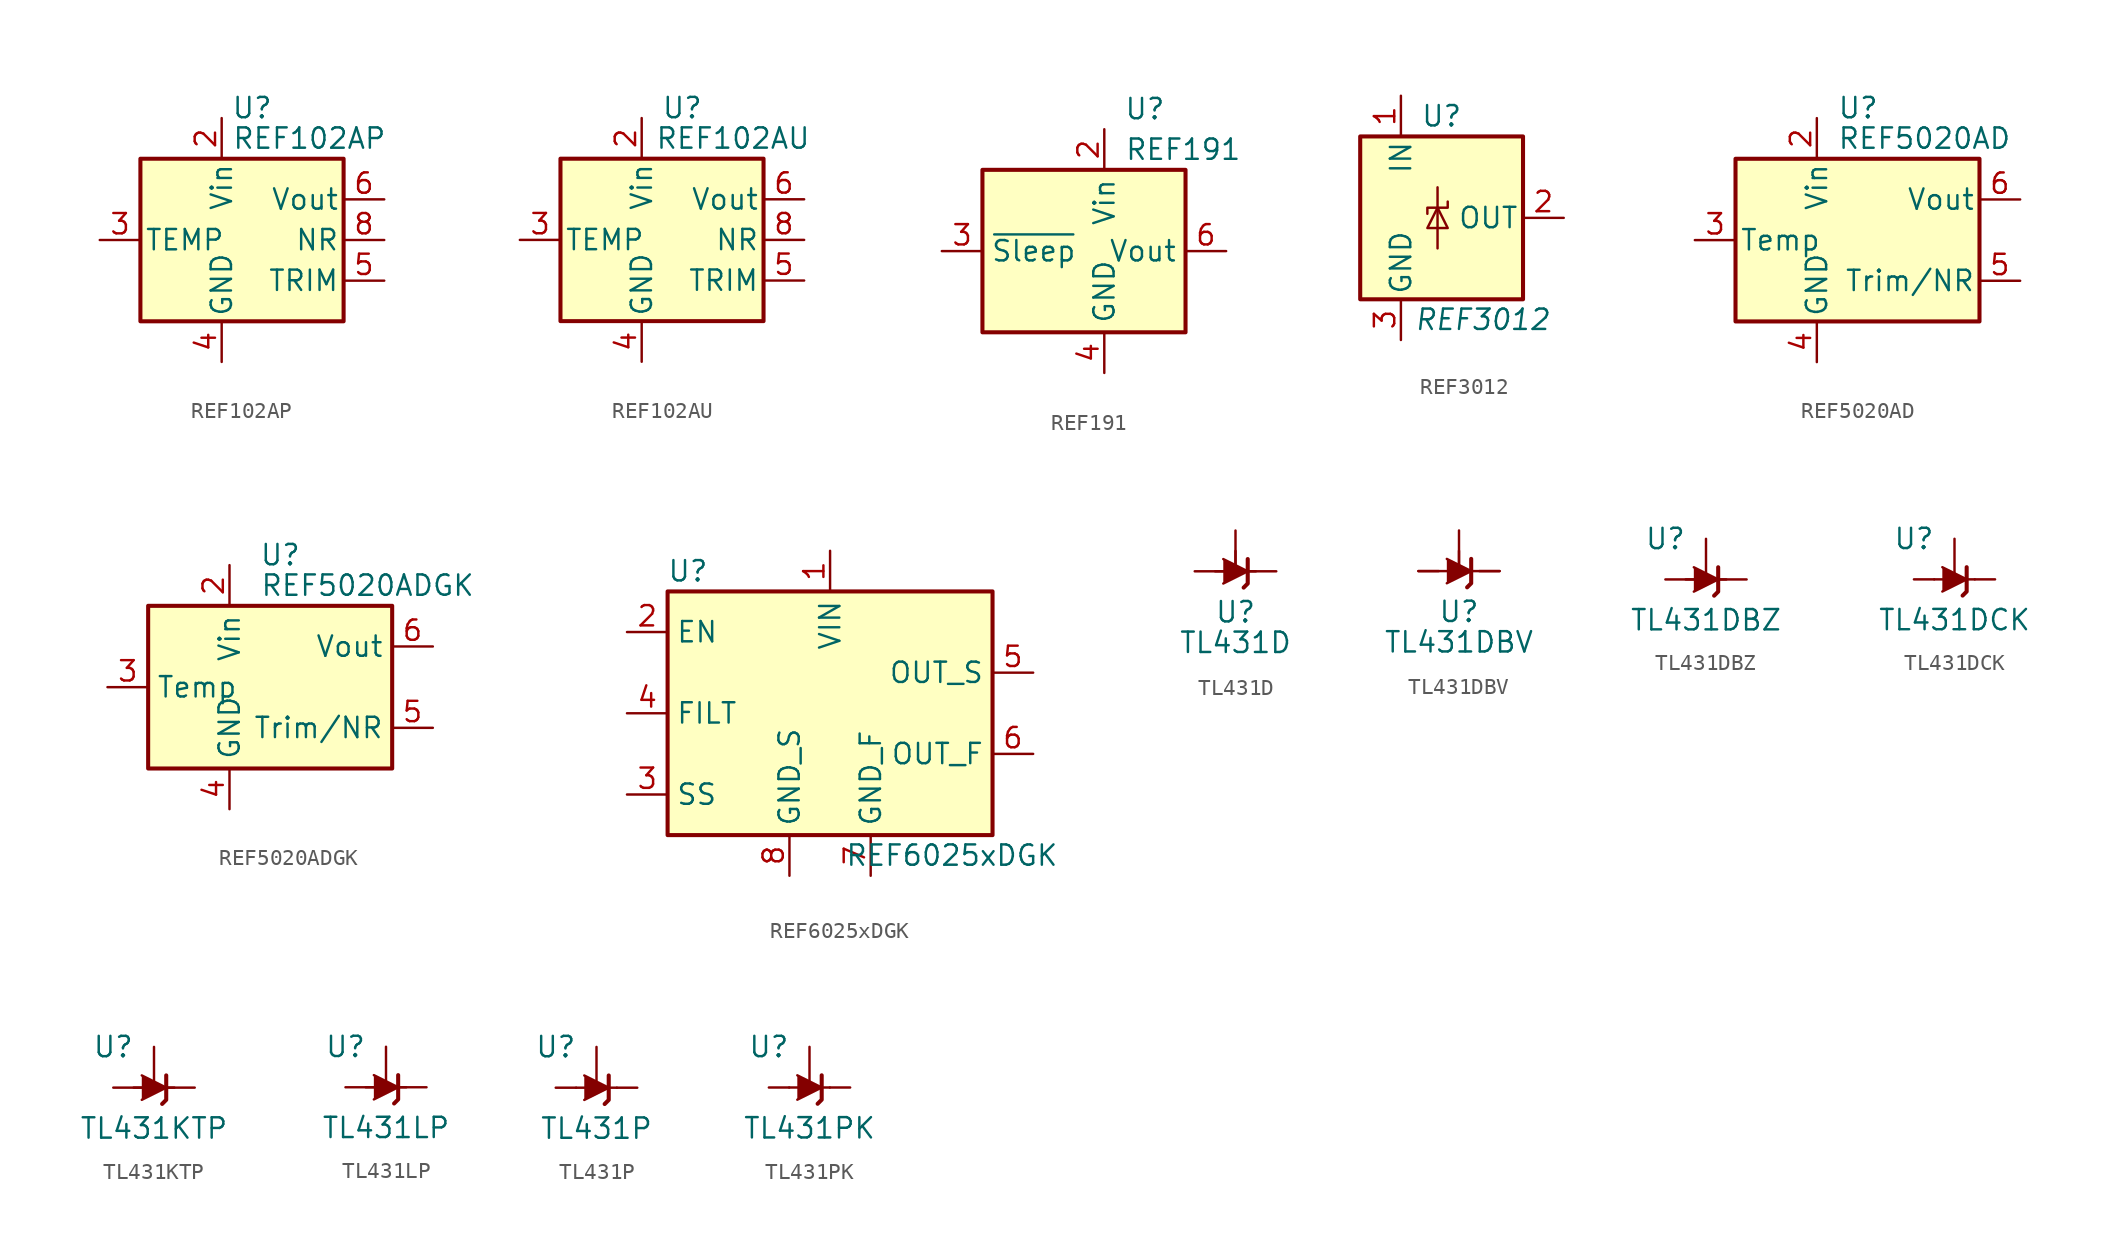
<source format=kicad_sym>
(kicad_symbol_lib
  (version 20201005)
  (generator kicad_symbol_editor)
  (symbol "Reference_Voltage:REF102AP"
    (pin_names
      (offset 0.254))
    (property "Reference" "U"
      (at -0.635 8.255 0)
      (effects (font (size 1.27 1.27))))
    (property "Value" "REF102AP"
      (at -1.905 6.35 0)
      (effects (font (size 1.27 1.27)) (justify left)))
    (symbol "REF102AP_0_1"
      (rectangle (start -7.62 5.08) (end 5.08 -5.08) (stroke (width 0.254)) (fill (type background))))
    (symbol "REF102AP_1_1"
      (pin no_connect line (at -5.08 -5.08 90) (length 2.54) hide (name "NC" (effects (font (size 1.27 1.27)))) (number "1" (effects (font (size 1.27 1.27)))))
      (pin power_in line (at -2.54 7.62 270) (length 2.54) (name "Vin" (effects (font (size 1.27 1.27)))) (number "2" (effects (font (size 1.27 1.27)))))
      (pin passive line (at -10.16 0 0) (length 2.54) (name "TEMP" (effects (font (size 1.27 1.27)))) (number "3" (effects (font (size 1.27 1.27)))))
      (pin power_in line (at -2.54 -7.62 90) (length 2.54) (name "GND" (effects (font (size 1.27 1.27)))) (number "4" (effects (font (size 1.27 1.27)))))
      (pin passive line (at 7.62 -2.54 180) (length 2.54) (name "TRIM" (effects (font (size 1.27 1.27)))) (number "5" (effects (font (size 1.27 1.27)))))
      (pin power_out line (at 7.62 2.54 180) (length 2.54) (name "Vout" (effects (font (size 1.27 1.27)))) (number "6" (effects (font (size 1.27 1.27)))))
      (pin no_connect line (at 0 -5.08 90) (length 2.54) hide (name "NC" (effects (font (size 1.27 1.27)))) (number "7" (effects (font (size 1.27 1.27)))))
      (pin passive line (at 7.62 0 180) (length 2.54) (name "NR" (effects (font (size 1.27 1.27)))) (number "8" (effects (font (size 1.27 1.27)))))))
  (symbol "Reference_Voltage:REF102AU"
    (pin_names
      (offset 0.254))
    (property "Reference" "U"
      (at 0 8.255 0)
      (effects (font (size 1.27 1.27))))
    (property "Value" "REF102AU"
      (at 3.175 6.35 0)
      (effects (font (size 1.27 1.27))))
    (symbol "REF102AU_0_1"
      (rectangle (start -7.62 5.08) (end 5.08 -5.08) (stroke (width 0.254)) (fill (type background))))
    (symbol "REF102AU_1_1"
      (pin no_connect line (at -5.08 -5.08 90) (length 2.54) hide (name "NC" (effects (font (size 1.27 1.27)))) (number "1" (effects (font (size 1.27 1.27)))))
      (pin power_in line (at -2.54 7.62 270) (length 2.54) (name "Vin" (effects (font (size 1.27 1.27)))) (number "2" (effects (font (size 1.27 1.27)))))
      (pin passive line (at -10.16 0 0) (length 2.54) (name "TEMP" (effects (font (size 1.27 1.27)))) (number "3" (effects (font (size 1.27 1.27)))))
      (pin power_in line (at -2.54 -7.62 90) (length 2.54) (name "GND" (effects (font (size 1.27 1.27)))) (number "4" (effects (font (size 1.27 1.27)))))
      (pin passive line (at 7.62 -2.54 180) (length 2.54) (name "TRIM" (effects (font (size 1.27 1.27)))) (number "5" (effects (font (size 1.27 1.27)))))
      (pin power_out line (at 7.62 2.54 180) (length 2.54) (name "Vout" (effects (font (size 1.27 1.27)))) (number "6" (effects (font (size 1.27 1.27)))))
      (pin no_connect line (at 0 -5.08 90) (length 2.54) hide (name "NC" (effects (font (size 1.27 1.27)))) (number "7" (effects (font (size 1.27 1.27)))))
      (pin passive line (at 7.62 0 180) (length 2.54) (name "NR" (effects (font (size 1.27 1.27)))) (number "8" (effects (font (size 1.27 1.27)))))))
  (symbol "Reference_Voltage:REF191"
    (property "Reference" "U"
      (at 2.54 8.89 0)
      (effects (font (size 1.27 1.27))))
    (property "Value" "REF191"
      (at 1.27 6.35 0)
      (effects (font (size 1.27 1.27)) (justify left)))
    (symbol "REF191_0_1"
      (rectangle (start -7.62 5.08) (end 5.08 -5.08) (stroke (width 0.254)) (fill (type background))))
    (symbol "REF191_1_1"
      (pin no_connect line (at -7.62 2.54 0) (length 2.54) hide (name "TP" (effects (font (size 1.27 1.27)))) (number "1" (effects (font (size 1.27 1.27)))))
      (pin power_in line (at 0 7.62 270) (length 2.54) (name "Vin" (effects (font (size 1.27 1.27)))) (number "2" (effects (font (size 1.27 1.27)))))
      (pin input line (at -10.16 0 0) (length 2.54) (name "~Sleep~" (effects (font (size 1.27 1.27)))) (number "3" (effects (font (size 1.27 1.27)))))
      (pin power_in line (at 0 -7.62 90) (length 2.54) (name "GND" (effects (font (size 1.27 1.27)))) (number "4" (effects (font (size 1.27 1.27)))))
      (pin no_connect line (at -5.08 -5.08 90) (length 2.54) hide (name "TP" (effects (font (size 1.27 1.27)))) (number "5" (effects (font (size 1.27 1.27)))))
      (pin power_out line (at 7.62 0 180) (length 2.54) (name "Vout" (effects (font (size 1.27 1.27)))) (number "6" (effects (font (size 1.27 1.27)))))
      (pin no_connect line (at -2.54 -5.08 90) (length 2.54) hide (name "NC" (effects (font (size 1.27 1.27)))) (number "7" (effects (font (size 1.27 1.27)))))
      (pin no_connect line (at 2.54 -5.08 90) (length 2.54) hide (name "NC" (effects (font (size 1.27 1.27)))) (number "8" (effects (font (size 1.27 1.27)))))))
  (symbol "Reference_Voltage:REF3012"
    (pin_names
      (offset 0.254))
    (property "Reference" "U"
      (at 0 6.35 0)
      (effects (font (size 1.27 1.27))))
    (property "Value" "REF3012"
      (at 2.54 -6.35 0)
      (effects (font (size 1.27 1.27) italic)))
    (symbol "REF3012_0_1"
      (rectangle (start -5.08 5.08) (end 5.08 -5.08) (stroke (width 0.254)) (fill (type background)))
      (polyline (pts (xy -0.254 1.905) (xy -0.254 -1.905)) (stroke (width 0)) (fill (type none)))
      (polyline (pts (xy -0.889 -0.635) (xy 0.381 -0.635) (xy -0.254 0.635) (xy -0.889 -0.635)) (stroke (width 0)) (fill (type none)))
      (polyline (pts (xy 0.381 1.016) (xy 0.381 0.635) (xy -0.889 0.635) (xy -0.889 0.254)) (stroke (width 0)) (fill (type none))))
    (symbol "REF3012_1_1"
      (pin power_in line (at -2.54 7.62 270) (length 2.54) (name "IN" (effects (font (size 1.27 1.27)))) (number "1" (effects (font (size 1.27 1.27)))))
      (pin power_out line (at 7.62 0 180) (length 2.54) (name "OUT" (effects (font (size 1.27 1.27)))) (number "2" (effects (font (size 1.27 1.27)))))
      (pin power_in line (at -2.54 -7.62 90) (length 2.54) (name "GND" (effects (font (size 1.27 1.27)))) (number "3" (effects (font (size 1.27 1.27)))))))
  (symbol "Reference_Voltage:REF5020AD"
    (pin_names
      (offset 0.254))
    (property "Reference" "U"
      (at -1.27 8.255 0)
      (effects (font (size 1.27 1.27)) (justify left)))
    (property "Value" "REF5020AD"
      (at -1.27 6.35 0)
      (effects (font (size 1.27 1.27)) (justify left)))
    (symbol "REF5020AD_0_1"
      (rectangle (start -7.62 5.08) (end 7.62 -5.08) (stroke (width 0.254)) (fill (type background))))
    (symbol "REF5020AD_1_1"
      (pin no_connect line (at -7.62 2.54 0) (length 2.54) hide (name "DNC" (effects (font (size 1.27 1.27)))) (number "1" (effects (font (size 1.27 1.27)))))
      (pin power_in line (at -2.54 7.62 270) (length 2.54) (name "Vin" (effects (font (size 1.27 1.27)))) (number "2" (effects (font (size 1.27 1.27)))))
      (pin passive line (at -10.16 0 0) (length 2.54) (name "Temp" (effects (font (size 1.27 1.27)))) (number "3" (effects (font (size 1.27 1.27)))))
      (pin power_in line (at -2.54 -7.62 90) (length 2.54) (name "GND" (effects (font (size 1.27 1.27)))) (number "4" (effects (font (size 1.27 1.27)))))
      (pin passive line (at 10.16 -2.54 180) (length 2.54) (name "Trim/NR" (effects (font (size 1.27 1.27)))) (number "5" (effects (font (size 1.27 1.27)))))
      (pin power_out line (at 10.16 2.54 180) (length 2.54) (name "Vout" (effects (font (size 1.27 1.27)))) (number "6" (effects (font (size 1.27 1.27)))))
      (pin no_connect line (at -5.08 -5.08 90) (length 2.54) hide (name "NC" (effects (font (size 1.27 1.27)))) (number "7" (effects (font (size 1.27 1.27)))))
      (pin no_connect line (at 7.62 0 180) (length 2.54) hide (name "DNC" (effects (font (size 1.27 1.27)))) (number "8" (effects (font (size 1.27 1.27)))))))
  (symbol "Reference_Voltage:REF5020ADGK"
    (property "Reference" "U"
      (at 0.635 8.255 0)
      (effects (font (size 1.27 1.27))))
    (property "Value" "REF5020ADGK"
      (at -0.635 6.35 0)
      (effects (font (size 1.27 1.27)) (justify left)))
    (symbol "REF5020ADGK_0_1"
      (rectangle (start -7.62 5.08) (end 7.62 -5.08) (stroke (width 0.254)) (fill (type background))))
    (symbol "REF5020ADGK_1_1"
      (pin no_connect line (at -7.62 2.54 0) (length 2.54) hide (name "DNC" (effects (font (size 1.27 1.27)))) (number "1" (effects (font (size 1.27 1.27)))))
      (pin power_in line (at -2.54 7.62 270) (length 2.54) (name "Vin" (effects (font (size 1.27 1.27)))) (number "2" (effects (font (size 1.27 1.27)))))
      (pin passive line (at -10.16 0 0) (length 2.54) (name "Temp" (effects (font (size 1.27 1.27)))) (number "3" (effects (font (size 1.27 1.27)))))
      (pin power_in line (at -2.54 -7.62 90) (length 2.54) (name "GND" (effects (font (size 1.27 1.27)))) (number "4" (effects (font (size 1.27 1.27)))))
      (pin passive line (at 10.16 -2.54 180) (length 2.54) (name "Trim/NR" (effects (font (size 1.27 1.27)))) (number "5" (effects (font (size 1.27 1.27)))))
      (pin power_out line (at 10.16 2.54 180) (length 2.54) (name "Vout" (effects (font (size 1.27 1.27)))) (number "6" (effects (font (size 1.27 1.27)))))
      (pin no_connect line (at -5.08 -5.08 90) (length 2.54) hide (name "NC" (effects (font (size 1.27 1.27)))) (number "7" (effects (font (size 1.27 1.27)))))
      (pin no_connect line (at 7.62 0 180) (length 2.54) hide (name "DNC" (effects (font (size 1.27 1.27)))) (number "8" (effects (font (size 1.27 1.27)))))))
  (symbol "Reference_Voltage:REF6025xDGK"
    (property "Reference" "U"
      (at -8.89 8.89 0)
      (effects (font (size 1.27 1.27))))
    (property "Value" "REF6025xDGK"
      (at 7.62 -8.89 0)
      (effects (font (size 1.27 1.27))))
    (symbol "REF6025xDGK_0_1"
      (rectangle (start -10.16 7.62) (end 10.16 -7.62) (stroke (width 0.254)) (fill (type background))))
    (symbol "REF6025xDGK_1_1"
      (pin power_in line (at 0 10.16 270) (length 2.54) (name "VIN" (effects (font (size 1.27 1.27)))) (number "1" (effects (font (size 1.27 1.27)))))
      (pin input line (at -12.7 5.08 0) (length 2.54) (name "EN" (effects (font (size 1.27 1.27)))) (number "2" (effects (font (size 1.27 1.27)))))
      (pin passive line (at -12.7 -5.08 0) (length 2.54) (name "SS" (effects (font (size 1.27 1.27)))) (number "3" (effects (font (size 1.27 1.27)))))
      (pin passive line (at -12.7 0 0) (length 2.54) (name "FILT" (effects (font (size 1.27 1.27)))) (number "4" (effects (font (size 1.27 1.27)))))
      (pin input line (at 12.7 2.54 180) (length 2.54) (name "OUT_S" (effects (font (size 1.27 1.27)))) (number "5" (effects (font (size 1.27 1.27)))))
      (pin output line (at 12.7 -2.54 180) (length 2.54) (name "OUT_F" (effects (font (size 1.27 1.27)))) (number "6" (effects (font (size 1.27 1.27)))))
      (pin power_in line (at 2.54 -10.16 90) (length 2.54) (name "GND_F" (effects (font (size 1.27 1.27)))) (number "7" (effects (font (size 1.27 1.27)))))
      (pin power_in line (at -2.54 -10.16 90) (length 2.54) (name "GND_S" (effects (font (size 1.27 1.27)))) (number "8" (effects (font (size 1.27 1.27)))))))
  (symbol "Reference_Voltage:TL431D"
    (pin_numbers hide)
    (pin_names hide)
    (property "Reference" "U"
      (at 0 -2.54 0)
      (effects (font (size 1.27 1.27))))
    (property "Value" "TL431D"
      (at 0 -4.445 0)
      (effects (font (size 1.27 1.27))))
    (symbol "TL431D_0_1"
      (polyline (pts (xy -1.27 0) (xy 0 0) (xy 1.27 0)) (stroke (width 0)) (fill (type none)))
      (polyline (pts (xy -0.762 0.762) (xy 0.762 0) (xy -0.762 -0.762)) (stroke (width 0)) (fill (type outline)))
      (polyline (pts (xy 0.508 -1.016) (xy 0.762 -0.762) (xy 0.762 0.762) (xy 0.762 0.762)) (stroke (width 0.254)) (fill (type none))))
    (symbol "TL431D_1_1"
      (polyline (pts (xy 0 1.27) (xy 0 0)) (stroke (width 0)) (fill (type none)))
      (pin passive line (at 2.54 0 180) (length 2.54) (name "K" (effects (font (size 1.27 1.27)))) (number "1" (effects (font (size 1.27 1.27)))))
      (pin passive line (at -2.54 0 0) (length 2.54) (name "A" (effects (font (size 1.27 1.27)))) (number "2" (effects (font (size 1.27 1.27)))))
      (pin passive line (at -2.54 0 0) (length 2.54) hide (name "A" (effects (font (size 1.27 1.27)))) (number "3" (effects (font (size 1.27 1.27)))))
      (pin passive line (at -2.54 0 0) (length 2.54) hide (name "A" (effects (font (size 1.27 1.27)))) (number "6" (effects (font (size 1.27 1.27)))))
      (pin passive line (at -2.54 0 0) (length 2.54) hide (name "A" (effects (font (size 1.27 1.27)))) (number "7" (effects (font (size 1.27 1.27)))))
      (pin passive line (at 0 2.54 270) (length 2.54) (name "REF" (effects (font (size 1.27 1.27)))) (number "8" (effects (font (size 1.27 1.27)))))))
  (symbol "Reference_Voltage:TL431DBV"
    (pin_numbers hide)
    (pin_names hide)
    (property "Reference" "U"
      (at 0 -2.54 0)
      (effects (font (size 1.27 1.27))))
    (property "Value" "TL431DBV"
      (at 0 -4.445 0)
      (effects (font (size 1.27 1.27))))
    (symbol "TL431DBV_0_1"
      (polyline (pts (xy -2.54 0) (xy 0 0) (xy 2.54 0)) (stroke (width 0)) (fill (type none)))
      (polyline (pts (xy -0.762 0.762) (xy 0.762 0) (xy -0.762 -0.762)) (stroke (width 0)) (fill (type outline)))
      (polyline (pts (xy 0.508 -1.016) (xy 0.762 -0.762) (xy 0.762 0.762) (xy 0.762 0.762)) (stroke (width 0.254)) (fill (type none))))
    (symbol "TL431DBV_1_1"
      (polyline (pts (xy 0 1.27) (xy 0 0)) (stroke (width 0)) (fill (type none)))
      (pin passive line (at 2.54 0 180) (length 1.27) (name "K" (effects (font (size 1.27 1.27)))) (number "3" (effects (font (size 1.27 1.27)))))
      (pin passive line (at 0 2.54 270) (length 2.54) (name "REF" (effects (font (size 1.27 1.27)))) (number "4" (effects (font (size 1.27 1.27)))))
      (pin passive line (at -2.54 0 0) (length 1.27) (name "A" (effects (font (size 1.27 1.27)))) (number "5" (effects (font (size 1.27 1.27)))))))
  (symbol "Reference_Voltage:TL431DBZ"
    (pin_numbers hide)
    (pin_names hide)
    (property "Reference" "U"
      (at -2.54 2.54 0)
      (effects (font (size 1.27 1.27))))
    (property "Value" "TL431DBZ"
      (at 0 -2.54 0)
      (effects (font (size 1.27 1.27))))
    (symbol "TL431DBZ_0_1"
      (polyline (pts (xy -1.27 0) (xy 0 0) (xy 1.27 0)) (stroke (width 0)) (fill (type none)))
      (polyline (pts (xy -0.762 0.762) (xy 0.762 0) (xy -0.762 -0.762)) (stroke (width 0)) (fill (type outline)))
      (polyline (pts (xy 0.508 -1.016) (xy 0.762 -0.762) (xy 0.762 0.762) (xy 0.762 0.762)) (stroke (width 0.254)) (fill (type none))))
    (symbol "TL431DBZ_1_1"
      (pin passive line (at 2.54 0 180) (length 2.54) (name "K" (effects (font (size 1.27 1.27)))) (number "1" (effects (font (size 1.27 1.27)))))
      (pin passive line (at 0 2.54 270) (length 2.54) (name "REF" (effects (font (size 1.27 1.27)))) (number "2" (effects (font (size 1.27 1.27)))))
      (pin passive line (at -2.54 0 0) (length 2.54) (name "A" (effects (font (size 1.27 1.27)))) (number "3" (effects (font (size 1.27 1.27)))))))
  (symbol "Reference_Voltage:TL431DCK"
    (pin_numbers hide)
    (pin_names hide)
    (property "Reference" "U"
      (at -2.54 2.54 0)
      (effects (font (size 1.27 1.27))))
    (property "Value" "TL431DCK"
      (at 0 -2.54 0)
      (effects (font (size 1.27 1.27))))
    (symbol "TL431DCK_0_1"
      (polyline (pts (xy -1.27 0) (xy 0 0) (xy 1.27 0)) (stroke (width 0)) (fill (type none)))
      (polyline (pts (xy -0.762 0.762) (xy 0.762 0) (xy -0.762 -0.762)) (stroke (width 0)) (fill (type outline)))
      (polyline (pts (xy 0.508 -1.016) (xy 0.762 -0.762) (xy 0.762 0.762) (xy 0.762 0.762)) (stroke (width 0.254)) (fill (type none))))
    (symbol "TL431DCK_1_1"
      (pin passive line (at 2.54 0 180) (length 1.27) (name "K" (effects (font (size 1.27 1.27)))) (number "1" (effects (font (size 1.27 1.27)))))
      (pin passive line (at 0 2.54 270) (length 2.54) (name "REF" (effects (font (size 1.27 1.27)))) (number "3" (effects (font (size 1.27 1.27)))))
      (pin passive line (at -2.54 0 0) (length 1.27) (name "A" (effects (font (size 1.27 1.27)))) (number "6" (effects (font (size 1.27 1.27)))))))
  (symbol "Reference_Voltage:TL431KTP"
    (pin_numbers hide)
    (pin_names hide)
    (property "Reference" "U"
      (at -2.54 2.54 0)
      (effects (font (size 1.27 1.27))))
    (property "Value" "TL431KTP"
      (at 0 -2.54 0)
      (effects (font (size 1.27 1.27))))
    (symbol "TL431KTP_0_1"
      (polyline (pts (xy -1.27 0) (xy 0 0) (xy 1.27 0)) (stroke (width 0)) (fill (type none)))
      (polyline (pts (xy -0.762 0.762) (xy 0.762 0) (xy -0.762 -0.762)) (stroke (width 0)) (fill (type outline)))
      (polyline (pts (xy 0.508 -1.016) (xy 0.762 -0.762) (xy 0.762 0.762) (xy 0.762 0.762)) (stroke (width 0.254)) (fill (type none))))
    (symbol "TL431KTP_1_1"
      (pin passive line (at 0 2.54 270) (length 2.54) (name "REF" (effects (font (size 1.27 1.27)))) (number "1" (effects (font (size 1.27 1.27)))))
      (pin passive line (at -2.54 0 0) (length 2.54) (name "A" (effects (font (size 1.27 1.27)))) (number "2" (effects (font (size 1.27 1.27)))))
      (pin passive line (at 2.54 0 180) (length 2.54) (name "K" (effects (font (size 1.27 1.27)))) (number "3" (effects (font (size 1.27 1.27)))))))
  (symbol "Reference_Voltage:TL431LP"
    (pin_numbers hide)
    (pin_names hide)
    (property "Reference" "U"
      (at -2.54 2.54 0)
      (effects (font (size 1.27 1.27))))
    (property "Value" "TL431LP"
      (at 0 -2.54 0)
      (effects (font (size 1.27 1.27))))
    (symbol "TL431LP_0_1"
      (polyline (pts (xy -1.27 0) (xy 0 0) (xy 1.27 0)) (stroke (width 0)) (fill (type none)))
      (polyline (pts (xy -0.762 0.762) (xy 0.762 0) (xy -0.762 -0.762)) (stroke (width 0)) (fill (type outline)))
      (polyline (pts (xy 0.508 -1.016) (xy 0.762 -0.762) (xy 0.762 0.762) (xy 0.762 0.762)) (stroke (width 0.254)) (fill (type none))))
    (symbol "TL431LP_1_1"
      (pin passive line (at 0 2.54 270) (length 2.54) (name "REF" (effects (font (size 1.27 1.27)))) (number "1" (effects (font (size 1.27 1.27)))))
      (pin passive line (at -2.54 0 0) (length 2.54) (name "A" (effects (font (size 1.27 1.27)))) (number "2" (effects (font (size 1.27 1.27)))))
      (pin passive line (at 2.54 0 180) (length 2.54) (name "K" (effects (font (size 1.27 1.27)))) (number "3" (effects (font (size 1.27 1.27)))))))
  (symbol "Reference_Voltage:TL431P"
    (pin_numbers hide)
    (pin_names hide)
    (property "Reference" "U"
      (at -2.54 2.54 0)
      (effects (font (size 1.27 1.27))))
    (property "Value" "TL431P"
      (at 0 -2.54 0)
      (effects (font (size 1.27 1.27))))
    (symbol "TL431P_0_1"
      (polyline (pts (xy -1.27 0) (xy 0 0) (xy 1.27 0)) (stroke (width 0)) (fill (type none)))
      (polyline (pts (xy -0.762 0.762) (xy 0.762 0) (xy -0.762 -0.762)) (stroke (width 0)) (fill (type outline)))
      (polyline (pts (xy 0.508 -1.016) (xy 0.762 -0.762) (xy 0.762 0.762) (xy 0.762 0.762)) (stroke (width 0.254)) (fill (type none))))
    (symbol "TL431P_1_1"
      (pin passive line (at 2.54 0 180) (length 1.27) (name "K" (effects (font (size 1.27 1.27)))) (number "1" (effects (font (size 1.27 1.27)))))
      (pin passive line (at -2.54 0 0) (length 1.27) (name "A" (effects (font (size 1.27 1.27)))) (number "6" (effects (font (size 1.27 1.27)))))
      (pin passive line (at 0 2.54 270) (length 2.54) (name "REF" (effects (font (size 1.27 1.27)))) (number "8" (effects (font (size 1.27 1.27)))))))
  (symbol "Reference_Voltage:TL431PK"
    (pin_numbers hide)
    (pin_names hide)
    (property "Reference" "U"
      (at -2.54 2.54 0)
      (effects (font (size 1.27 1.27))))
    (property "Value" "TL431PK"
      (at 0 -2.54 0)
      (effects (font (size 1.27 1.27))))
    (symbol "TL431PK_0_1"
      (polyline (pts (xy -1.27 0) (xy 0 0) (xy 1.27 0)) (stroke (width 0)) (fill (type none)))
      (polyline (pts (xy -0.762 0.762) (xy 0.762 0) (xy -0.762 -0.762)) (stroke (width 0)) (fill (type outline)))
      (polyline (pts (xy 0.508 -1.016) (xy 0.762 -0.762) (xy 0.762 0.762) (xy 0.762 0.762)) (stroke (width 0.254)) (fill (type none))))
    (symbol "TL431PK_1_1"
      (pin passive line (at 0 2.54 270) (length 2.54) (name "REF" (effects (font (size 1.27 1.27)))) (number "1" (effects (font (size 1.27 1.27)))))
      (pin passive line (at -2.54 0 0) (length 1.27) (name "A" (effects (font (size 1.27 1.27)))) (number "2" (effects (font (size 1.27 1.27)))))
      (pin passive line (at 2.54 0 180) (length 1.27) (name "K" (effects (font (size 1.27 1.27)))) (number "3" (effects (font (size 1.27 1.27))))))))
</source>
